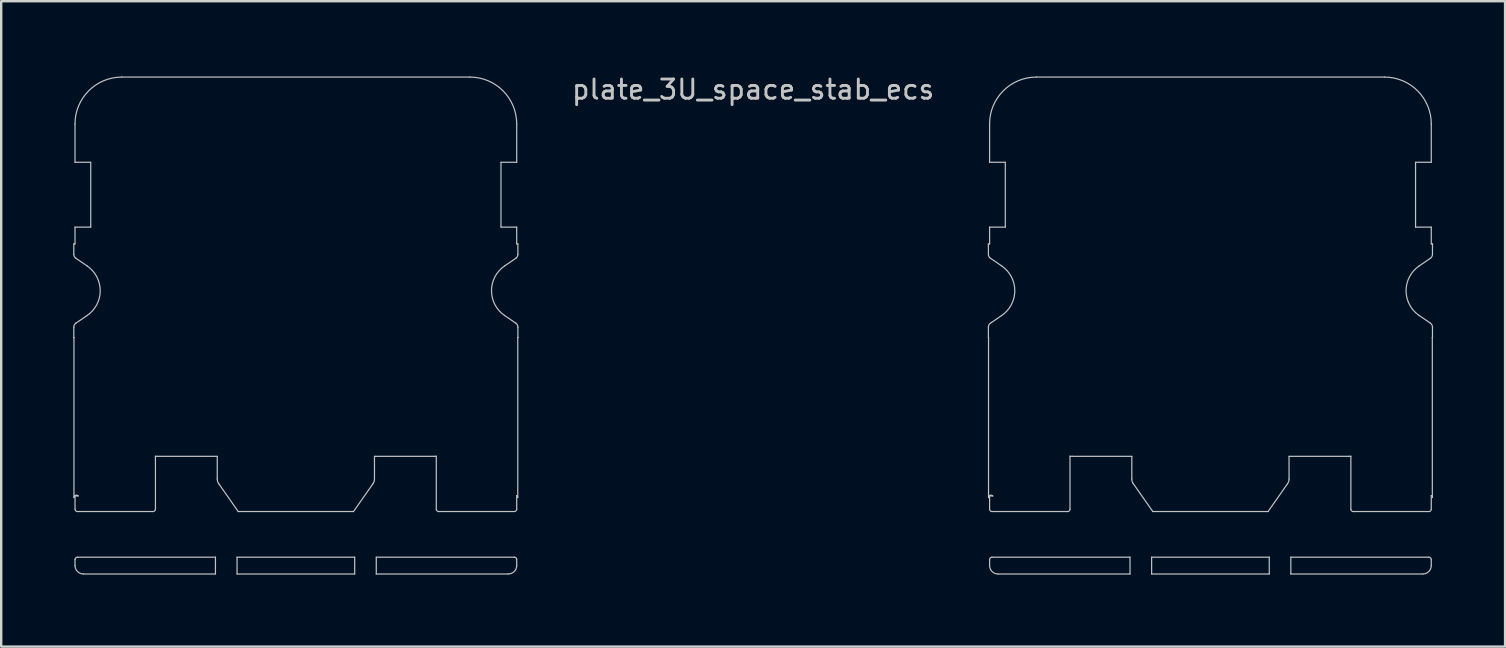
<source format=kicad_pcb>
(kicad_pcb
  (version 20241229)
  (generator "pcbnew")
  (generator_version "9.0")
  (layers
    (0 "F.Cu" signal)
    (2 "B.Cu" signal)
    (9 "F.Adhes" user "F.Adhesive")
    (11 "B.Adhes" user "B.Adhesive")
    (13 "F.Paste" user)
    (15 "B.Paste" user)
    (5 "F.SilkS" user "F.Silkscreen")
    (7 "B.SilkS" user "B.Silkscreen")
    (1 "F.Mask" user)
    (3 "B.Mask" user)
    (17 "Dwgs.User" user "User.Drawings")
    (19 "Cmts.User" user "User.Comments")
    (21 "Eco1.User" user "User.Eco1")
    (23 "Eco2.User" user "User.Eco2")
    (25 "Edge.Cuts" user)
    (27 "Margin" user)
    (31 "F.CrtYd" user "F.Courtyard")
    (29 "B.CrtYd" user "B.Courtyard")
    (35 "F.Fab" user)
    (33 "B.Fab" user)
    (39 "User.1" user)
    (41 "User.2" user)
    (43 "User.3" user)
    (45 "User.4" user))
  (footprint "plate_3U_space_stab_ecs"
    (layer "F.Cu")
    (at 28.325 9.061)
    (property "Reference" "plate_3U_space_stab_ecs" (at 0 -8.382 0) (layer "Dwgs.User") (effects (font (size 0.8 0.8) (thickness 0.12))))
    (attr smd)
    (fp_line (start -28.3 -1.95) (end -28.25 -1.95) (stroke (width 0.05) (type solid)) (layer "Dwgs.User"))
    (fp_line (start -28.3 -1.516) (end -28.3 -1.95) (stroke (width 0.05) (type solid)) (layer "Dwgs.User"))
    (fp_line (start -28.3 1.95) (end -28.3 1.516) (stroke (width 0.05) (type solid)) (layer "Dwgs.User"))
    (fp_line (start -28.294 1.95) (end -28.3 1.95) (stroke (width 0.05) (type solid)) (layer "Dwgs.User"))
    (fp_line (start -28.294 8.616) (end -28.294 1.95) (stroke (width 0.05) (type solid)) (layer "Dwgs.User"))
    (fp_line (start -28.25 -5.35) (end -28.25 -6.95) (stroke (width 0.05) (type solid)) (layer "Dwgs.User"))
    (fp_line (start -28.25 -2.65) (end -27.595 -2.65) (stroke (width 0.05) (type solid)) (layer "Dwgs.User"))
    (fp_line (start -28.25 -1.95) (end -28.25 -2.65) (stroke (width 0.05) (type solid)) (layer "Dwgs.User"))
    (fp_line (start -28.25 8.55) (end -28.119 8.55) (stroke (width 0.05) (type solid)) (layer "Dwgs.User"))
    (fp_line (start -28.25 9.1) (end -28.25 8.55) (stroke (width 0.05) (type solid)) (layer "Dwgs.User"))
    (fp_line (start -28.25 11.45) (end -28.25 11.2) (stroke (width 0.05) (type solid)) (layer "Dwgs.User"))
    (fp_line (start -28.213 1.351) (end -27.746 1.033) (stroke (width 0.05) (type solid)) (layer "Dwgs.User"))
    (fp_line (start -28.15 11.1) (end -22.4 11.1) (stroke (width 0.05) (type solid)) (layer "Dwgs.User"))
    (fp_line (start -27.746 -1.033) (end -28.213 -1.351) (stroke (width 0.05) (type solid)) (layer "Dwgs.User"))
    (fp_line (start -27.595 -5.35) (end -28.25 -5.35) (stroke (width 0.05) (type solid)) (layer "Dwgs.User"))
    (fp_line (start -27.595 -2.65) (end -27.595 -5.35) (stroke (width 0.05) (type solid)) (layer "Dwgs.User"))
    (fp_line (start -26.3 -8.9) (end -11.8 -8.9) (stroke (width 0.05) (type solid)) (layer "Dwgs.User"))
    (fp_line (start -25 9.2) (end -28.15 9.2) (stroke (width 0.05) (type solid)) (layer "Dwgs.User"))
    (fp_line (start -24.9 6.895) (end -24.9 9.1) (stroke (width 0.05) (type solid)) (layer "Dwgs.User"))
    (fp_line (start -22.4 11.1) (end -22.4 11.8) (stroke (width 0.05) (type solid)) (layer "Dwgs.User"))
    (fp_line (start -22.4 11.8) (end -27.9 11.8) (stroke (width 0.05) (type solid)) (layer "Dwgs.User"))
    (fp_line (start -22.325 6.9) (end -24.8 6.9) (stroke (width 0.05) (type solid)) (layer "Dwgs.User"))
    (fp_line (start -22.325 7.84) (end -22.325 6.9) (stroke (width 0.05) (type solid)) (layer "Dwgs.User"))
    (fp_line (start -21.5 11.1) (end -16.6 11.1) (stroke (width 0.05) (type solid)) (layer "Dwgs.User"))
    (fp_line (start -21.5 11.8) (end -21.5 11.1) (stroke (width 0.05) (type solid)) (layer "Dwgs.User"))
    (fp_line (start -21.45 9.2) (end -22.262 8.041) (stroke (width 0.05) (type solid)) (layer "Dwgs.User"))
    (fp_line (start -16.65 9.2) (end -21.45 9.2) (stroke (width 0.05) (type solid)) (layer "Dwgs.User"))
    (fp_line (start -16.6 11.1) (end -16.6 11.8) (stroke (width 0.05) (type solid)) (layer "Dwgs.User"))
    (fp_line (start -16.6 11.8) (end -21.5 11.8) (stroke (width 0.05) (type solid)) (layer "Dwgs.User"))
    (fp_line (start -15.838 8.041) (end -16.65 9.2) (stroke (width 0.05) (type solid)) (layer "Dwgs.User"))
    (fp_line (start -15.775 6.9) (end -15.775 7.84) (stroke (width 0.05) (type solid)) (layer "Dwgs.User"))
    (fp_line (start -15.7 11.1) (end -9.95 11.1) (stroke (width 0.05) (type solid)) (layer "Dwgs.User"))
    (fp_line (start -15.7 11.8) (end -15.7 11.1) (stroke (width 0.05) (type solid)) (layer "Dwgs.User"))
    (fp_line (start -13.3 6.9) (end -15.775 6.9) (stroke (width 0.05) (type solid)) (layer "Dwgs.User"))
    (fp_line (start -13.2 9.1) (end -13.2 6.895) (stroke (width 0.05) (type solid)) (layer "Dwgs.User"))
    (fp_line (start -10.505 -5.35) (end -10.505 -2.65) (stroke (width 0.05) (type solid)) (layer "Dwgs.User"))
    (fp_line (start -10.505 -2.65) (end -9.85 -2.65) (stroke (width 0.05) (type solid)) (layer "Dwgs.User"))
    (fp_line (start -10.354 1.033) (end -9.887 1.351) (stroke (width 0.05) (type solid)) (layer "Dwgs.User"))
    (fp_line (start -10.2 11.8) (end -15.7 11.8) (stroke (width 0.05) (type solid)) (layer "Dwgs.User"))
    (fp_line (start -9.95 9.2) (end -13.1 9.2) (stroke (width 0.05) (type solid)) (layer "Dwgs.User"))
    (fp_line (start -9.887 -1.351) (end -10.354 -1.033) (stroke (width 0.05) (type solid)) (layer "Dwgs.User"))
    (fp_line (start -9.85 8.534) (end -9.85 9.1) (stroke (width 0.05) (type solid)) (layer "Dwgs.User"))
    (fp_line (start -9.85 -6.95) (end -9.85 -5.35) (stroke (width 0.05) (type solid)) (layer "Dwgs.User"))
    (fp_line (start -9.85 -5.35) (end -10.505 -5.35) (stroke (width 0.05) (type solid)) (layer "Dwgs.User"))
    (fp_line (start -9.85 -2.65) (end -9.85 -1.95) (stroke (width 0.05) (type solid)) (layer "Dwgs.User"))
    (fp_line (start -9.85 -1.95) (end -9.8 -1.95) (stroke (width 0.05) (type solid)) (layer "Dwgs.User"))
    (fp_line (start -9.85 11.2) (end -9.85 11.45) (stroke (width 0.05) (type solid)) (layer "Dwgs.User"))
    (fp_line (start -9.806 1.95) (end -9.806 8.616) (stroke (width 0.05) (type solid)) (layer "Dwgs.User"))
    (fp_line (start -9.8 -1.95) (end -9.8 -1.516) (stroke (width 0.05) (type solid)) (layer "Dwgs.User"))
    (fp_line (start -9.8 1.516) (end -9.8 1.95) (stroke (width 0.05) (type solid)) (layer "Dwgs.User"))
    (fp_line (start -9.8 1.95) (end -9.806 1.95) (stroke (width 0.05) (type solid)) (layer "Dwgs.User"))
    (fp_line (start 9.8 -1.95) (end 9.85 -1.95) (stroke (width 0.05) (type solid)) (layer "Dwgs.User"))
    (fp_line (start 9.8 -1.516) (end 9.8 -1.95) (stroke (width 0.05) (type solid)) (layer "Dwgs.User"))
    (fp_line (start 9.8 1.95) (end 9.8 1.516) (stroke (width 0.05) (type solid)) (layer "Dwgs.User"))
    (fp_line (start 9.806 1.95) (end 9.8 1.95) (stroke (width 0.05) (type solid)) (layer "Dwgs.User"))
    (fp_line (start 9.806 8.616) (end 9.806 1.95) (stroke (width 0.05) (type solid)) (layer "Dwgs.User"))
    (fp_line (start 9.85 -5.35) (end 9.85 -6.95) (stroke (width 0.05) (type solid)) (layer "Dwgs.User"))
    (fp_line (start 9.85 -2.65) (end 10.505 -2.65) (stroke (width 0.05) (type solid)) (layer "Dwgs.User"))
    (fp_line (start 9.85 -1.95) (end 9.85 -2.65) (stroke (width 0.05) (type solid)) (layer "Dwgs.User"))
    (fp_line (start 9.85 8.55) (end 9.981 8.55) (stroke (width 0.05) (type solid)) (layer "Dwgs.User"))
    (fp_line (start 9.85 9.1) (end 9.85 8.55) (stroke (width 0.05) (type solid)) (layer "Dwgs.User"))
    (fp_line (start 9.85 11.45) (end 9.85 11.2) (stroke (width 0.05) (type solid)) (layer "Dwgs.User"))
    (fp_line (start 9.887 1.351) (end 10.354 1.033) (stroke (width 0.05) (type solid)) (layer "Dwgs.User"))
    (fp_line (start 9.95 11.1) (end 15.7 11.1) (stroke (width 0.05) (type solid)) (layer "Dwgs.User"))
    (fp_line (start 10.354 -1.033) (end 9.887 -1.351) (stroke (width 0.05) (type solid)) (layer "Dwgs.User"))
    (fp_line (start 10.505 -5.35) (end 9.85 -5.35) (stroke (width 0.05) (type solid)) (layer "Dwgs.User"))
    (fp_line (start 10.505 -2.65) (end 10.505 -5.35) (stroke (width 0.05) (type solid)) (layer "Dwgs.User"))
    (fp_line (start 11.8 -8.9) (end 26.3 -8.9) (stroke (width 0.05) (type solid)) (layer "Dwgs.User"))
    (fp_line (start 13.1 9.2) (end 9.95 9.2) (stroke (width 0.05) (type solid)) (layer "Dwgs.User"))
    (fp_line (start 13.2 6.895) (end 13.2 9.1) (stroke (width 0.05) (type solid)) (layer "Dwgs.User"))
    (fp_line (start 15.7 11.1) (end 15.7 11.8) (stroke (width 0.05) (type solid)) (layer "Dwgs.User"))
    (fp_line (start 15.7 11.8) (end 10.2 11.8) (stroke (width 0.05) (type solid)) (layer "Dwgs.User"))
    (fp_line (start 15.775 6.9) (end 13.3 6.9) (stroke (width 0.05) (type solid)) (layer "Dwgs.User"))
    (fp_line (start 15.775 7.84) (end 15.775 6.9) (stroke (width 0.05) (type solid)) (layer "Dwgs.User"))
    (fp_line (start 16.6 11.1) (end 21.5 11.1) (stroke (width 0.05) (type solid)) (layer "Dwgs.User"))
    (fp_line (start 16.6 11.8) (end 16.6 11.1) (stroke (width 0.05) (type solid)) (layer "Dwgs.User"))
    (fp_line (start 16.65 9.2) (end 15.838 8.041) (stroke (width 0.05) (type solid)) (layer "Dwgs.User"))
    (fp_line (start 21.45 9.2) (end 16.65 9.2) (stroke (width 0.05) (type solid)) (layer "Dwgs.User"))
    (fp_line (start 21.5 11.1) (end 21.5 11.8) (stroke (width 0.05) (type solid)) (layer "Dwgs.User"))
    (fp_line (start 21.5 11.8) (end 16.6 11.8) (stroke (width 0.05) (type solid)) (layer "Dwgs.User"))
    (fp_line (start 22.262 8.041) (end 21.45 9.2) (stroke (width 0.05) (type solid)) (layer "Dwgs.User"))
    (fp_line (start 22.325 6.9) (end 22.325 7.84) (stroke (width 0.05) (type solid)) (layer "Dwgs.User"))
    (fp_line (start 22.4 11.1) (end 28.15 11.1) (stroke (width 0.05) (type solid)) (layer "Dwgs.User"))
    (fp_line (start 22.4 11.8) (end 22.4 11.1) (stroke (width 0.05) (type solid)) (layer "Dwgs.User"))
    (fp_line (start 24.8 6.9) (end 22.325 6.9) (stroke (width 0.05) (type solid)) (layer "Dwgs.User"))
    (fp_line (start 24.9 9.1) (end 24.9 6.895) (stroke (width 0.05) (type solid)) (layer "Dwgs.User"))
    (fp_line (start 27.595 -5.35) (end 27.595 -2.65) (stroke (width 0.05) (type solid)) (layer "Dwgs.User"))
    (fp_line (start 27.595 -2.65) (end 28.25 -2.65) (stroke (width 0.05) (type solid)) (layer "Dwgs.User"))
    (fp_line (start 27.746 1.033) (end 28.213 1.351) (stroke (width 0.05) (type solid)) (layer "Dwgs.User"))
    (fp_line (start 27.9 11.8) (end 22.4 11.8) (stroke (width 0.05) (type solid)) (layer "Dwgs.User"))
    (fp_line (start 28.15 9.2) (end 25 9.2) (stroke (width 0.05) (type solid)) (layer "Dwgs.User"))
    (fp_line (start 28.213 -1.351) (end 27.746 -1.033) (stroke (width 0.05) (type solid)) (layer "Dwgs.User"))
    (fp_line (start 28.25 8.534) (end 28.25 9.1) (stroke (width 0.05) (type solid)) (layer "Dwgs.User"))
    (fp_line (start 28.25 -6.95) (end 28.25 -5.35) (stroke (width 0.05) (type solid)) (layer "Dwgs.User"))
    (fp_line (start 28.25 -5.35) (end 27.595 -5.35) (stroke (width 0.05) (type solid)) (layer "Dwgs.User"))
    (fp_line (start 28.25 -2.65) (end 28.25 -1.95) (stroke (width 0.05) (type solid)) (layer "Dwgs.User"))
    (fp_line (start 28.25 -1.95) (end 28.3 -1.95) (stroke (width 0.05) (type solid)) (layer "Dwgs.User"))
    (fp_line (start 28.25 11.2) (end 28.25 11.45) (stroke (width 0.05) (type solid)) (layer "Dwgs.User"))
    (fp_line (start 28.294 1.95) (end 28.294 8.616) (stroke (width 0.05) (type solid)) (layer "Dwgs.User"))
    (fp_line (start 28.3 -1.95) (end 28.3 -1.516) (stroke (width 0.05) (type solid)) (layer "Dwgs.User"))
    (fp_line (start 28.3 1.516) (end 28.3 1.95) (stroke (width 0.05) (type solid)) (layer "Dwgs.User"))
    (fp_line (start 28.3 1.95) (end 28.294 1.95) (stroke (width 0.05) (type solid)) (layer "Dwgs.User"))
    (fp_arc (start -28.300003 1.516225) (mid -28.276822 1.422766) (end -28.212652 1.350973) (stroke (width 0.05) (type solid)) (layer "Dwgs.User"))
    (fp_arc (start -28.29375 8.616395) (mid -28.22927 8.52292) (end -28.118988 8.55) (stroke (width 0.05) (type solid)) (layer "Dwgs.User"))
    (fp_arc (start -28.25 -6.95) (mid -27.678858 -8.328858) (end -26.3 -8.9) (stroke (width 0.05) (type solid)) (layer "Dwgs.User"))
    (fp_arc (start -28.25 11.199994) (mid -28.220712 11.129286) (end -28.150003 11.1) (stroke (width 0.05) (type solid)) (layer "Dwgs.User"))
    (fp_arc (start -28.212652 -1.350973) (mid -28.276822 -1.422766) (end -28.300003 -1.516225) (stroke (width 0.05) (type solid)) (layer "Dwgs.User"))
    (fp_arc (start -28.150003 9.2) (mid -28.220712 9.170714) (end -28.25 9.100006) (stroke (width 0.05) (type solid)) (layer "Dwgs.User"))
    (fp_arc (start -27.900023 11.8) (mid -28.147497 11.697497) (end -28.25 11.450023) (stroke (width 0.05) (type solid)) (layer "Dwgs.User"))
    (fp_arc (start -27.745979 -1.032887) (mid -27.2 0) (end -27.745979 1.032887) (stroke (width 0.05) (type solid)) (layer "Dwgs.User"))
    (fp_arc (start -24.9 9.099996) (mid -24.929288 9.170709) (end -25 9.2) (stroke (width 0.05) (type solid)) (layer "Dwgs.User"))
    (fp_arc (start -24.8 6.9) (mid -24.850063 6.898746) (end -24.9 6.894987) (stroke (width 0.05) (type solid)) (layer "Dwgs.User"))
    (fp_arc (start -22.261703 8.040768) (mid -22.308801 7.945263) (end -22.325 7.840016) (stroke (width 0.05) (type solid)) (layer "Dwgs.User"))
    (fp_arc (start -15.775 7.840016) (mid -15.791199 7.945263) (end -15.838297 8.040768) (stroke (width 0.05) (type solid)) (layer "Dwgs.User"))
    (fp_arc (start -13.2 6.894987) (mid -13.249937 6.898746) (end -13.3 6.9) (stroke (width 0.05) (type solid)) (layer "Dwgs.User"))
    (fp_arc (start -13.1 9.2) (mid -13.170712 9.170709) (end -13.2 9.099996) (stroke (width 0.05) (type solid)) (layer "Dwgs.User"))
    (fp_arc (start -11.8 -8.9) (mid -10.421142 -8.328858) (end -9.85 -6.95) (stroke (width 0.05) (type solid)) (layer "Dwgs.User"))
    (fp_arc (start -10.354021 1.032887) (mid -10.9 0) (end -10.354021 -1.032887) (stroke (width 0.05) (type solid)) (layer "Dwgs.User"))
    (fp_arc (start -9.949997 11.1) (mid -9.879288 11.129286) (end -9.85 11.199994) (stroke (width 0.05) (type solid)) (layer "Dwgs.User"))
    (fp_arc (start -9.887348 1.350973) (mid -9.823178 1.422766) (end -9.799997 1.516225) (stroke (width 0.05) (type solid)) (layer "Dwgs.User"))
    (fp_arc (start -9.850001 8.533718) (mid -9.817862 8.569625) (end -9.80625 8.616395) (stroke (width 0.05) (type solid)) (layer "Dwgs.User"))
    (fp_arc (start -9.85 9.100006) (mid -9.879288 9.170714) (end -9.949997 9.2) (stroke (width 0.05) (type solid)) (layer "Dwgs.User"))
    (fp_arc (start -9.85 11.450023) (mid -9.952503 11.697497) (end -10.199977 11.8) (stroke (width 0.05) (type solid)) (layer "Dwgs.User"))
    (fp_arc (start -9.799997 -1.516225) (mid -9.823178 -1.422766) (end -9.887348 -1.350973) (stroke (width 0.05) (type solid)) (layer "Dwgs.User"))
    (fp_arc (start 9.799997 1.516225) (mid 9.823168 1.422757) (end 9.887348 1.350973) (stroke (width 0.05) (type solid)) (layer "Dwgs.User"))
    (fp_arc (start 9.80625 8.616395) (mid 9.870717 8.52296) (end 9.981012 8.55) (stroke (width 0.05) (type solid)) (layer "Dwgs.User"))
    (fp_arc (start 9.85 -6.95) (mid 10.421142 -8.328858) (end 11.8 -8.9) (stroke (width 0.05) (type solid)) (layer "Dwgs.User"))
    (fp_arc (start 9.85 11.199994) (mid 9.87929 11.129288) (end 9.949997 11.1) (stroke (width 0.05) (type solid)) (layer "Dwgs.User"))
    (fp_arc (start 9.887348 -1.350973) (mid 9.823192 -1.422769) (end 9.799997 -1.516225) (stroke (width 0.05) (type solid)) (layer "Dwgs.User"))
    (fp_arc (start 9.949997 9.2) (mid 9.87929 9.170712) (end 9.85 9.100006) (stroke (width 0.05) (type solid)) (layer "Dwgs.User"))
    (fp_arc (start 10.199977 11.8) (mid 9.952513 11.697487) (end 9.85 11.450023) (stroke (width 0.05) (type solid)) (layer "Dwgs.User"))
    (fp_arc (start 10.354021 -1.032887) (mid 10.9 0) (end 10.354021 1.032887) (stroke (width 0.05) (type solid)) (layer "Dwgs.User"))
    (fp_arc (start 13.2 9.099996) (mid 13.170712 9.170709) (end 13.1 9.2) (stroke (width 0.05) (type solid)) (layer "Dwgs.User"))
    (fp_arc (start 13.3 6.9) (mid 13.249937 6.898746) (end 13.2 6.894987) (stroke (width 0.05) (type solid)) (layer "Dwgs.User"))
    (fp_arc (start 15.838297 8.040768) (mid 15.791195 7.945264) (end 15.775 7.840016) (stroke (width 0.05) (type solid)) (layer "Dwgs.User"))
    (fp_arc (start 22.325 7.840016) (mid 22.308797 7.945261) (end 22.261703 8.040768) (stroke (width 0.05) (type solid)) (layer "Dwgs.User"))
    (fp_arc (start 24.9 6.894987) (mid 24.850063 6.898746) (end 24.8 6.9) (stroke (width 0.05) (type solid)) (layer "Dwgs.User"))
    (fp_arc (start 25 9.2) (mid 24.929288 9.170709) (end 24.9 9.099996) (stroke (width 0.05) (type solid)) (layer "Dwgs.User"))
    (fp_arc (start 26.3 -8.9) (mid 27.678858 -8.328858) (end 28.25 -6.95) (stroke (width 0.05) (type solid)) (layer "Dwgs.User"))
    (fp_arc (start 27.745979 1.032887) (mid 27.2 0) (end 27.745979 -1.032887) (stroke (width 0.05) (type solid)) (layer "Dwgs.User"))
    (fp_arc (start 28.150003 11.1) (mid 28.22071 11.129288) (end 28.25 11.199994) (stroke (width 0.05) (type solid)) (layer "Dwgs.User"))
    (fp_arc (start 28.212652 1.350973) (mid 28.276808 1.422769) (end 28.300003 1.516225) (stroke (width 0.05) (type solid)) (layer "Dwgs.User"))
    (fp_arc (start 28.249999 8.533718) (mid 28.282153 8.56962) (end 28.29375 8.616395) (stroke (width 0.05) (type solid)) (layer "Dwgs.User"))
    (fp_arc (start 28.25 9.100006) (mid 28.22071 9.170712) (end 28.150003 9.2) (stroke (width 0.05) (type solid)) (layer "Dwgs.User"))
    (fp_arc (start 28.25 11.450023) (mid 28.147487 11.697487) (end 27.900023 11.8) (stroke (width 0.05) (type solid)) (layer "Dwgs.User"))
    (fp_arc (start 28.300003 -1.516225) (mid 28.276832 -1.422757) (end 28.212652 -1.350973) (stroke (width 0.05) (type solid)) (layer "Dwgs.User")))
  (gr_rect
    (start -3 -3)
    (end 59.65 23.886)
    (stroke (width 0.1) (type default))
    (fill no)
    (layer "Edge.Cuts")))
</source>
